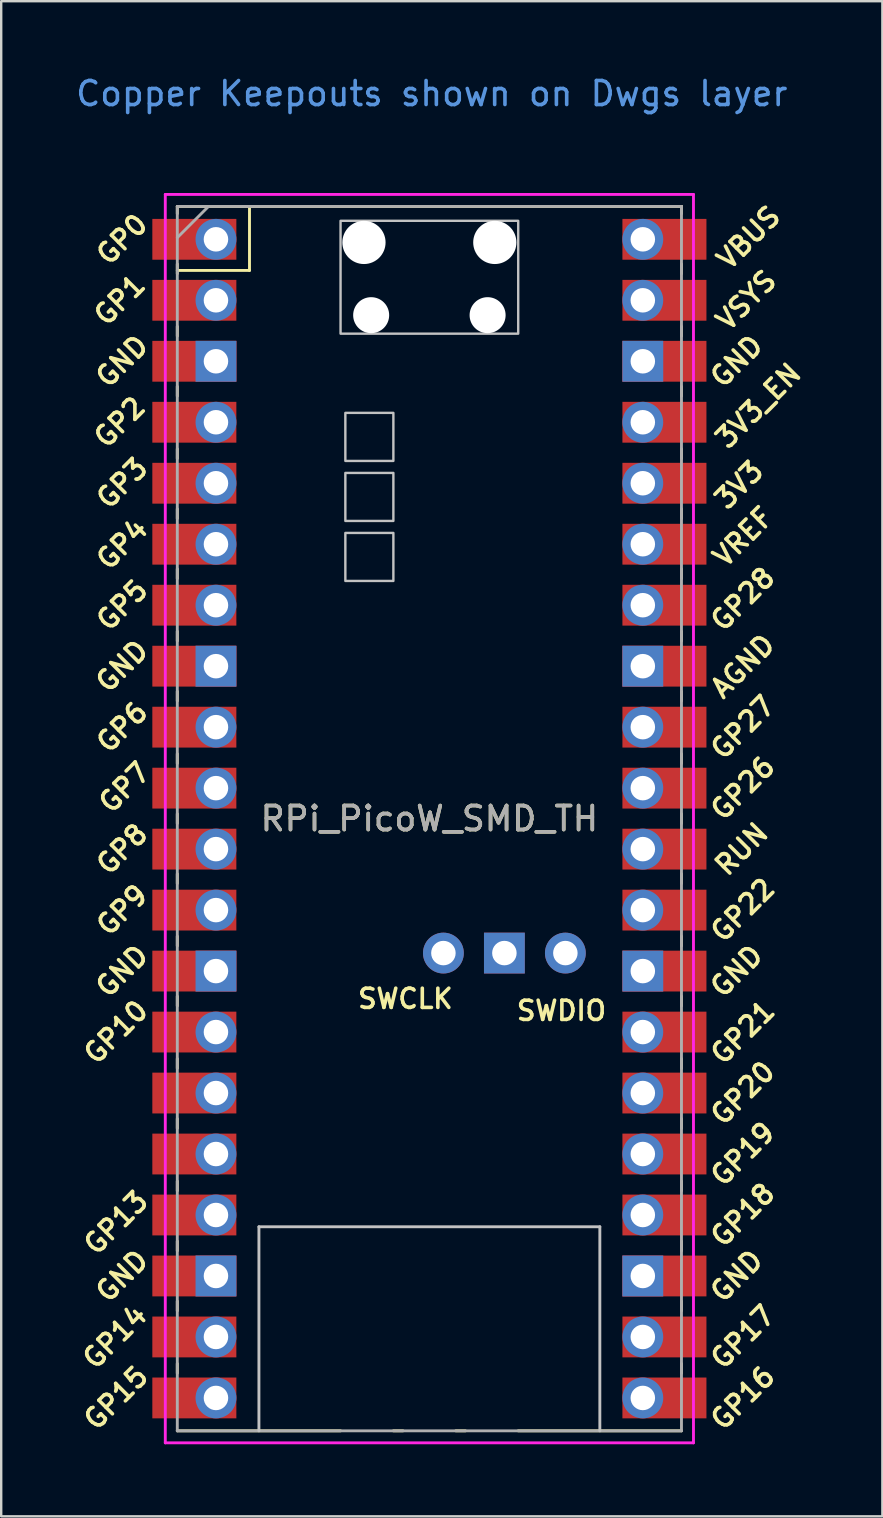
<source format=kicad_pcb>
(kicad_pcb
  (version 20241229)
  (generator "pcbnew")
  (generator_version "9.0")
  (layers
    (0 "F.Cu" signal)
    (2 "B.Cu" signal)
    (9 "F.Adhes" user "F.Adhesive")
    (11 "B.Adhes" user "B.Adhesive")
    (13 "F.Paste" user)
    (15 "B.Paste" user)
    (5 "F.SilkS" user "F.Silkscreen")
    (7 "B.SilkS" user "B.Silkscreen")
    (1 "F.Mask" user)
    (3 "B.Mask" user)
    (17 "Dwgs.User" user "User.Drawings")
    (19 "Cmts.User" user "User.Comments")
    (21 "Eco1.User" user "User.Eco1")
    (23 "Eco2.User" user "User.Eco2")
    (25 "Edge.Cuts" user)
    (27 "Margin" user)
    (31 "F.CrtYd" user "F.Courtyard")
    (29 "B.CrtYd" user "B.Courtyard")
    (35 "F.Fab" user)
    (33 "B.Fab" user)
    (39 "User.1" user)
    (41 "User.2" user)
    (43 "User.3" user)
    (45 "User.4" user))
  (footprint "RPi_PicoW_SMD_TH"
    (layer "F.Cu")
    (at 14.835 31.048)
    (property "Reference" "RPi_PicoW_SMD_TH" (at 0 0 0) (layer "F.SilkS") (effects (font (size 1 1) (thickness 0.15))))
    (attr through_hole)
    (fp_line (start -10.5 -25.5) (end -10.5 -25.2) (stroke (width 0.12) (type solid)) (layer "F.SilkS"))
    (fp_line (start -10.5 -25.5) (end 10.5 -25.5) (stroke (width 0.12) (type solid)) (layer "F.SilkS"))
    (fp_line (start -10.5 -23.1) (end -10.5 -22.7) (stroke (width 0.12) (type solid)) (layer "F.SilkS"))
    (fp_line (start -10.5 -22.833) (end -7.493 -22.833) (stroke (width 0.12) (type solid)) (layer "F.SilkS"))
    (fp_line (start -10.5 -20.5) (end -10.5 -20.1) (stroke (width 0.12) (type solid)) (layer "F.SilkS"))
    (fp_line (start -10.5 -18) (end -10.5 -17.6) (stroke (width 0.12) (type solid)) (layer "F.SilkS"))
    (fp_line (start -10.5 -15.4) (end -10.5 -15) (stroke (width 0.12) (type solid)) (layer "F.SilkS"))
    (fp_line (start -10.5 -12.9) (end -10.5 -12.5) (stroke (width 0.12) (type solid)) (layer "F.SilkS"))
    (fp_line (start -10.5 -10.4) (end -10.5 -10) (stroke (width 0.12) (type solid)) (layer "F.SilkS"))
    (fp_line (start -10.5 -7.8) (end -10.5 -7.4) (stroke (width 0.12) (type solid)) (layer "F.SilkS"))
    (fp_line (start -10.5 -5.3) (end -10.5 -4.9) (stroke (width 0.12) (type solid)) (layer "F.SilkS"))
    (fp_line (start -10.5 -2.7) (end -10.5 -2.3) (stroke (width 0.12) (type solid)) (layer "F.SilkS"))
    (fp_line (start -10.5 -0.2) (end -10.5 0.2) (stroke (width 0.12) (type solid)) (layer "F.SilkS"))
    (fp_line (start -10.5 2.3) (end -10.5 2.7) (stroke (width 0.12) (type solid)) (layer "F.SilkS"))
    (fp_line (start -10.5 4.9) (end -10.5 5.3) (stroke (width 0.12) (type solid)) (layer "F.SilkS"))
    (fp_line (start -10.5 7.4) (end -10.5 7.8) (stroke (width 0.12) (type solid)) (layer "F.SilkS"))
    (fp_line (start -10.5 10) (end -10.5 10.4) (stroke (width 0.12) (type solid)) (layer "F.SilkS"))
    (fp_line (start -10.5 12.5) (end -10.5 12.9) (stroke (width 0.12) (type solid)) (layer "F.SilkS"))
    (fp_line (start -10.5 15.1) (end -10.5 15.5) (stroke (width 0.12) (type solid)) (layer "F.SilkS"))
    (fp_line (start -10.5 17.6) (end -10.5 18) (stroke (width 0.12) (type solid)) (layer "F.SilkS"))
    (fp_line (start -10.5 20.1) (end -10.5 20.5) (stroke (width 0.12) (type solid)) (layer "F.SilkS"))
    (fp_line (start -10.5 22.7) (end -10.5 23.1) (stroke (width 0.12) (type solid)) (layer "F.SilkS"))
    (fp_line (start -7.493 -22.833) (end -7.493 -25.5) (stroke (width 0.12) (type solid)) (layer "F.SilkS"))
    (fp_line (start -3.7 25.5) (end -10.5 25.5) (stroke (width 0.12) (type solid)) (layer "F.SilkS"))
    (fp_line (start -1.5 25.5) (end -1.1 25.5) (stroke (width 0.12) (type solid)) (layer "F.SilkS"))
    (fp_line (start 1.1 25.5) (end 1.5 25.5) (stroke (width 0.12) (type solid)) (layer "F.SilkS"))
    (fp_line (start 10.5 -25.5) (end 10.5 -25.2) (stroke (width 0.12) (type solid)) (layer "F.SilkS"))
    (fp_line (start 10.5 -23.1) (end 10.5 -22.7) (stroke (width 0.12) (type solid)) (layer "F.SilkS"))
    (fp_line (start 10.5 -20.5) (end 10.5 -20.1) (stroke (width 0.12) (type solid)) (layer "F.SilkS"))
    (fp_line (start 10.5 -18) (end 10.5 -17.6) (stroke (width 0.12) (type solid)) (layer "F.SilkS"))
    (fp_line (start 10.5 -15.4) (end 10.5 -15) (stroke (width 0.12) (type solid)) (layer "F.SilkS"))
    (fp_line (start 10.5 -12.9) (end 10.5 -12.5) (stroke (width 0.12) (type solid)) (layer "F.SilkS"))
    (fp_line (start 10.5 -10.4) (end 10.5 -10) (stroke (width 0.12) (type solid)) (layer "F.SilkS"))
    (fp_line (start 10.5 -7.8) (end 10.5 -7.4) (stroke (width 0.12) (type solid)) (layer "F.SilkS"))
    (fp_line (start 10.5 -5.3) (end 10.5 -4.9) (stroke (width 0.12) (type solid)) (layer "F.SilkS"))
    (fp_line (start 10.5 -2.7) (end 10.5 -2.3) (stroke (width 0.12) (type solid)) (layer "F.SilkS"))
    (fp_line (start 10.5 -0.2) (end 10.5 0.2) (stroke (width 0.12) (type solid)) (layer "F.SilkS"))
    (fp_line (start 10.5 2.3) (end 10.5 2.7) (stroke (width 0.12) (type solid)) (layer "F.SilkS"))
    (fp_line (start 10.5 4.9) (end 10.5 5.3) (stroke (width 0.12) (type solid)) (layer "F.SilkS"))
    (fp_line (start 10.5 7.4) (end 10.5 7.8) (stroke (width 0.12) (type solid)) (layer "F.SilkS"))
    (fp_line (start 10.5 10) (end 10.5 10.4) (stroke (width 0.12) (type solid)) (layer "F.SilkS"))
    (fp_line (start 10.5 12.5) (end 10.5 12.9) (stroke (width 0.12) (type solid)) (layer "F.SilkS"))
    (fp_line (start 10.5 15.1) (end 10.5 15.5) (stroke (width 0.12) (type solid)) (layer "F.SilkS"))
    (fp_line (start 10.5 17.6) (end 10.5 18) (stroke (width 0.12) (type solid)) (layer "F.SilkS"))
    (fp_line (start 10.5 20.1) (end 10.5 20.5) (stroke (width 0.12) (type solid)) (layer "F.SilkS"))
    (fp_line (start 10.5 22.7) (end 10.5 23.1) (stroke (width 0.12) (type solid)) (layer "F.SilkS"))
    (fp_line (start 10.5 25.5) (end 3.7 25.5) (stroke (width 0.12) (type solid)) (layer "F.SilkS"))
    (fp_line (start -7.1 17) (end 7.1 17) (stroke (width 0.12) (type solid)) (layer "Dwgs.User"))
    (fp_line (start -7.1 25.5) (end -7.1 17) (stroke (width 0.12) (type solid)) (layer "Dwgs.User"))
    (fp_line (start 7.1 17) (end 7.1 25.5) (stroke (width 0.12) (type solid)) (layer "Dwgs.User"))
    (fp_poly (pts (xy -1.5 -14.9) (xy -3.5 -14.9) (xy -3.5 -16.9) (xy -1.5 -16.9)) (stroke (width 0.1) (type solid)) (fill no) (layer "Dwgs.User"))
    (fp_poly (pts (xy -1.5 -12.4) (xy -3.5 -12.4) (xy -3.5 -14.4) (xy -1.5 -14.4)) (stroke (width 0.1) (type solid)) (fill no) (layer "Dwgs.User"))
    (fp_poly (pts (xy -1.5 -9.9) (xy -3.5 -9.9) (xy -3.5 -11.9) (xy -1.5 -11.9)) (stroke (width 0.1) (type solid)) (fill no) (layer "Dwgs.User"))
    (fp_poly (pts (xy 3.7 -20.2) (xy -3.7 -20.2) (xy -3.7 -24.9) (xy 3.7 -24.9)) (stroke (width 0.1) (type solid)) (fill no) (layer "Dwgs.User"))
    (fp_line (start -11 -26) (end 11 -26) (stroke (width 0.12) (type solid)) (layer "F.CrtYd"))
    (fp_line (start -11 26) (end -11 -26) (stroke (width 0.12) (type solid)) (layer "F.CrtYd"))
    (fp_line (start 11 -26) (end 11 26) (stroke (width 0.12) (type solid)) (layer "F.CrtYd"))
    (fp_line (start 11 26) (end -11 26) (stroke (width 0.12) (type solid)) (layer "F.CrtYd"))
    (fp_line (start -10.5 -25.5) (end 10.5 -25.5) (stroke (width 0.12) (type solid)) (layer "F.Fab"))
    (fp_line (start -10.5 -24.2) (end -9.2 -25.5) (stroke (width 0.12) (type solid)) (layer "F.Fab"))
    (fp_line (start -10.5 25.5) (end -10.5 -25.5) (stroke (width 0.12) (type solid)) (layer "F.Fab"))
    (fp_line (start 10.5 -25.5) (end 10.5 25.5) (stroke (width 0.12) (type solid)) (layer "F.Fab"))
    (fp_line (start 10.5 25.5) (end -10.5 25.5) (stroke (width 0.12) (type solid)) (layer "F.Fab"))
    (fp_text user "GP18" (at 13.054 16.51 45) (layer "F.SilkS") (effects (font (size 0.8 0.8) (thickness 0.15))))
    (fp_text user "SWCLK" (at -1 7.5 0) (layer "F.SilkS") (effects (font (size 0.8 0.8) (thickness 0.15))))
    (fp_text user "GND" (at -12.8 -19.05 45) (layer "F.SilkS") (effects (font (size 0.8 0.8) (thickness 0.15))))
    (fp_text user "GP10" (at -13.054 8.89 45) (layer "F.SilkS") (effects (font (size 0.8 0.8) (thickness 0.15))))
    (fp_text user "GP6" (at -12.8 -3.81 45) (layer "F.SilkS") (effects (font (size 0.8 0.8) (thickness 0.15))))
    (fp_text user "RUN" (at 13 1.27 45) (layer "F.SilkS") (effects (font (size 0.8 0.8) (thickness 0.15))))
    (fp_text user "GND" (at 12.8 6.35 45) (layer "F.SilkS") (effects (font (size 0.8 0.8) (thickness 0.15))))
    (fp_text user "GP26" (at 13.054 -1.27 45) (layer "F.SilkS") (effects (font (size 0.8 0.8) (thickness 0.15))))
    (fp_text user "GP4" (at -12.8 -11.43 45) (layer "F.SilkS") (effects (font (size 0.8 0.8) (thickness 0.15))))
    (fp_text user "GP21" (at 13.054 8.9 45) (layer "F.SilkS") (effects (font (size 0.8 0.8) (thickness 0.15))))
    (fp_text user "GP15" (at -13.054 24.13 45) (layer "F.SilkS") (effects (font (size 0.8 0.8) (thickness 0.15))))
    (fp_text user "GP13" (at -13.054 16.832 45) (layer "F.SilkS") (effects (font (size 0.8 0.8) (thickness 0.15))))
    (fp_text user "AGND" (at 13.054 -6.35 45) (layer "F.SilkS") (effects (font (size 0.8 0.8) (thickness 0.15))))
    (fp_text user "GP0" (at -12.8 -24.13 45) (layer "F.SilkS") (effects (font (size 0.8 0.8) (thickness 0.15))))
    (fp_text user "GP8" (at -12.8 1.27 45) (layer "F.SilkS") (effects (font (size 0.8 0.8) (thickness 0.15))))
    (fp_text user "SWDIO" (at 5.5 8 0) (layer "F.SilkS") (effects (font (size 0.8 0.8) (thickness 0.15))))
    (fp_text user "GP28" (at 13.054 -9.144 45) (layer "F.SilkS") (effects (font (size 0.8 0.8) (thickness 0.15))))
    (fp_text user "3V3_EN" (at 13.7 -17.2 45) (layer "F.SilkS") (effects (font (size 0.8 0.8) (thickness 0.15))))
    (fp_text user "GND" (at -12.8 6.35 45) (layer "F.SilkS") (effects (font (size 0.8 0.8) (thickness 0.15))))
    (fp_text user "GP2" (at -12.9 -16.51 45) (layer "F.SilkS") (effects (font (size 0.8 0.8) (thickness 0.15))))
    (fp_text user "VBUS" (at 13.3 -24.2 45) (layer "F.SilkS") (effects (font (size 0.8 0.8) (thickness 0.15))))
    (fp_text user "GND" (at -12.8 -6.35 45) (layer "F.SilkS") (effects (font (size 0.8 0.8) (thickness 0.15))))
    (fp_text user "GND" (at 12.8 -19.05 45) (layer "F.SilkS") (effects (font (size 0.8 0.8) (thickness 0.15))))
    (fp_text user "GND" (at -12.8 19.05 45) (layer "F.SilkS") (effects (font (size 0.8 0.8) (thickness 0.15))))
    (fp_text user "VSYS" (at 13.2 -21.59 45) (layer "F.SilkS") (effects (font (size 0.8 0.8) (thickness 0.15))))
    (fp_text user "GP14" (at -13.1 21.59 45) (layer "F.SilkS") (effects (font (size 0.8 0.8) (thickness 0.15))))
    (fp_text user "3V3" (at 12.9 -13.9 45) (layer "F.SilkS") (effects (font (size 0.8 0.8) (thickness 0.15))))
    (fp_text user "GP5" (at -12.8 -8.89 45) (layer "F.SilkS") (effects (font (size 0.8 0.8) (thickness 0.15))))
    (fp_text user "GND" (at 12.8 19.05 45) (layer "F.SilkS") (effects (font (size 0.8 0.8) (thickness 0.15))))
    (fp_text user "GP20" (at 13.054 11.43 45) (layer "F.SilkS") (effects (font (size 0.8 0.8) (thickness 0.15))))
    (fp_text user "GP9" (at -12.8 3.81 45) (layer "F.SilkS") (effects (font (size 0.8 0.8) (thickness 0.15))))
    (fp_text user "VREF" (at 13.068 -11.742 45) (layer "F.SilkS") (effects (font (size 0.8 0.8) (thickness 0.15))))
    (fp_text user "GP7" (at -12.7 -1.3 45) (layer "F.SilkS") (effects (font (size 0.8 0.8) (thickness 0.15))))
    (fp_text user "GP19" (at 13.054 13.97 45) (layer "F.SilkS") (effects (font (size 0.8 0.8) (thickness 0.15))))
    (fp_text user "GP1" (at -12.9 -21.6 45) (layer "F.SilkS") (effects (font (size 0.8 0.8) (thickness 0.15))))
    (fp_text user "GP3" (at -12.8 -13.97 45) (layer "F.SilkS") (effects (font (size 0.8 0.8) (thickness 0.15))))
    (fp_text user "GP22" (at 13.054 3.81 45) (layer "F.SilkS") (effects (font (size 0.8 0.8) (thickness 0.15))))
    (fp_text user "GP17" (at 13.054 21.59 45) (layer "F.SilkS") (effects (font (size 0.8 0.8) (thickness 0.15))))
    (fp_text user "GP16" (at 13.054 24.13 45) (layer "F.SilkS") (effects (font (size 0.8 0.8) (thickness 0.15))))
    (fp_text user "GP27" (at 13.054 -3.8 45) (layer "F.SilkS") (effects (font (size 0.8 0.8) (thickness 0.15))))
    (fp_text user "Copper Keepouts shown on Dwgs layer" (at 0.1 -30.2 0) (layer "Cmts.User") (effects (font (size 1 1) (thickness 0.15))))
    (fp_text user "${REFERENCE}" (at 0 0 180) (layer "F.Fab") (effects (font (size 1 1) (thickness 0.15))))
    (pad "" np_thru_hole oval (at -2.725 -24) (size 1.8 1.8) (drill 1.8) (layers "*.Cu" "*.Mask"))
    (pad "" np_thru_hole oval (at -2.425 -20.97) (size 1.5 1.5) (drill 1.5) (layers "*.Cu" "*.Mask"))
    (pad "" np_thru_hole oval (at 2.425 -20.97) (size 1.5 1.5) (drill 1.5) (layers "*.Cu" "*.Mask"))
    (pad "" np_thru_hole oval (at 2.725 -24) (size 1.8 1.8) (drill 1.8) (layers "*.Cu" "*.Mask"))
    (pad "1" thru_hole oval (at -8.89 -24.13) (size 1.7 1.7) (drill 1.02) (layers "*.Cu" "*.Mask"))
    (pad "1" smd rect (at -8.89 -24.13) (size 3.5 1.7) (drill (offset -0.9 0)) (layers "F.Cu" "F.Mask"))
    (pad "2" thru_hole oval (at -8.89 -21.59) (size 1.7 1.7) (drill 1.02) (layers "*.Cu" "*.Mask"))
    (pad "2" smd rect (at -8.89 -21.59) (size 3.5 1.7) (drill (offset -0.9 0)) (layers "F.Cu" "F.Mask"))
    (pad "3" thru_hole rect (at -8.89 -19.05) (size 1.7 1.7) (drill 1.02) (layers "*.Cu" "*.Mask"))
    (pad "3" smd rect (at -8.89 -19.05) (size 3.5 1.7) (drill (offset -0.9 0)) (layers "F.Cu" "F.Mask"))
    (pad "4" thru_hole oval (at -8.89 -16.51) (size 1.7 1.7) (drill 1.02) (layers "*.Cu" "*.Mask"))
    (pad "4" smd rect (at -8.89 -16.51) (size 3.5 1.7) (drill (offset -0.9 0)) (layers "F.Cu" "F.Mask"))
    (pad "5" thru_hole oval (at -8.89 -13.97) (size 1.7 1.7) (drill 1.02) (layers "*.Cu" "*.Mask"))
    (pad "5" smd rect (at -8.89 -13.97) (size 3.5 1.7) (drill (offset -0.9 0)) (layers "F.Cu" "F.Mask"))
    (pad "6" thru_hole oval (at -8.89 -11.43) (size 1.7 1.7) (drill 1.02) (layers "*.Cu" "*.Mask"))
    (pad "6" smd rect (at -8.89 -11.43) (size 3.5 1.7) (drill (offset -0.9 0)) (layers "F.Cu" "F.Mask"))
    (pad "7" thru_hole oval (at -8.89 -8.89) (size 1.7 1.7) (drill 1.02) (layers "*.Cu" "*.Mask"))
    (pad "7" smd rect (at -8.89 -8.89) (size 3.5 1.7) (drill (offset -0.9 0)) (layers "F.Cu" "F.Mask"))
    (pad "8" thru_hole rect (at -8.89 -6.35) (size 1.7 1.7) (drill 1.02) (layers "*.Cu" "*.Mask"))
    (pad "8" smd rect (at -8.89 -6.35) (size 3.5 1.7) (drill (offset -0.9 0)) (layers "F.Cu" "F.Mask"))
    (pad "9" thru_hole oval (at -8.89 -3.81) (size 1.7 1.7) (drill 1.02) (layers "*.Cu" "*.Mask"))
    (pad "9" smd rect (at -8.89 -3.81) (size 3.5 1.7) (drill (offset -0.9 0)) (layers "F.Cu" "F.Mask"))
    (pad "10" thru_hole oval (at -8.89 -1.27) (size 1.7 1.7) (drill 1.02) (layers "*.Cu" "*.Mask"))
    (pad "10" smd rect (at -8.89 -1.27) (size 3.5 1.7) (drill (offset -0.9 0)) (layers "F.Cu" "F.Mask"))
    (pad "11" thru_hole oval (at -8.89 1.27) (size 1.7 1.7) (drill 1.02) (layers "*.Cu" "*.Mask"))
    (pad "11" smd rect (at -8.89 1.27) (size 3.5 1.7) (drill (offset -0.9 0)) (layers "F.Cu" "F.Mask"))
    (pad "12" thru_hole oval (at -8.89 3.81) (size 1.7 1.7) (drill 1.02) (layers "*.Cu" "*.Mask"))
    (pad "12" smd rect (at -8.89 3.81) (size 3.5 1.7) (drill (offset -0.9 0)) (layers "F.Cu" "F.Mask"))
    (pad "13" thru_hole rect (at -8.89 6.35) (size 1.7 1.7) (drill 1.02) (layers "*.Cu" "*.Mask"))
    (pad "13" smd rect (at -8.89 6.35) (size 3.5 1.7) (drill (offset -0.9 0)) (layers "F.Cu" "F.Mask"))
    (pad "14" thru_hole oval (at -8.89 8.89) (size 1.7 1.7) (drill 1.02) (layers "*.Cu" "*.Mask"))
    (pad "14" smd rect (at -8.89 8.89) (size 3.5 1.7) (drill (offset -0.9 0)) (layers "F.Cu" "F.Mask"))
    (pad "15" thru_hole oval (at -8.89 11.43) (size 1.7 1.7) (drill 1.02) (layers "*.Cu" "*.Mask"))
    (pad "15" smd rect (at -8.89 11.43) (size 3.5 1.7) (drill (offset -0.9 0)) (layers "F.Cu" "F.Mask"))
    (pad "16" thru_hole oval (at -8.89 13.97) (size 1.7 1.7) (drill 1.02) (layers "*.Cu" "*.Mask"))
    (pad "16" smd rect (at -8.89 13.97) (size 3.5 1.7) (drill (offset -0.9 0)) (layers "F.Cu" "F.Mask"))
    (pad "17" thru_hole oval (at -8.89 16.51) (size 1.7 1.7) (drill 1.02) (layers "*.Cu" "*.Mask"))
    (pad "17" smd rect (at -8.89 16.51) (size 3.5 1.7) (drill (offset -0.9 0)) (layers "F.Cu" "F.Mask"))
    (pad "18" thru_hole rect (at -8.89 19.05) (size 1.7 1.7) (drill 1.02) (layers "*.Cu" "*.Mask"))
    (pad "18" smd rect (at -8.89 19.05) (size 3.5 1.7) (drill (offset -0.9 0)) (layers "F.Cu" "F.Mask"))
    (pad "19" thru_hole oval (at -8.89 21.59) (size 1.7 1.7) (drill 1.02) (layers "*.Cu" "*.Mask"))
    (pad "19" smd rect (at -8.89 21.59) (size 3.5 1.7) (drill (offset -0.9 0)) (layers "F.Cu" "F.Mask"))
    (pad "20" thru_hole oval (at -8.89 24.13) (size 1.7 1.7) (drill 1.02) (layers "*.Cu" "*.Mask"))
    (pad "20" smd rect (at -8.89 24.13) (size 3.5 1.7) (drill (offset -0.9 0)) (layers "F.Cu" "F.Mask"))
    (pad "21" thru_hole oval (at 8.89 24.13) (size 1.7 1.7) (drill 1.02) (layers "*.Cu" "*.Mask"))
    (pad "21" smd rect (at 8.89 24.13) (size 3.5 1.7) (drill (offset 0.9 0)) (layers "F.Cu" "F.Mask"))
    (pad "22" thru_hole oval (at 8.89 21.59) (size 1.7 1.7) (drill 1.02) (layers "*.Cu" "*.Mask"))
    (pad "22" smd rect (at 8.89 21.59) (size 3.5 1.7) (drill (offset 0.9 0)) (layers "F.Cu" "F.Mask"))
    (pad "23" thru_hole rect (at 8.89 19.05) (size 1.7 1.7) (drill 1.02) (layers "*.Cu" "*.Mask"))
    (pad "23" smd rect (at 8.89 19.05) (size 3.5 1.7) (drill (offset 0.9 0)) (layers "F.Cu" "F.Mask"))
    (pad "24" thru_hole oval (at 8.89 16.51) (size 1.7 1.7) (drill 1.02) (layers "*.Cu" "*.Mask"))
    (pad "24" smd rect (at 8.89 16.51) (size 3.5 1.7) (drill (offset 0.9 0)) (layers "F.Cu" "F.Mask"))
    (pad "25" thru_hole oval (at 8.89 13.97) (size 1.7 1.7) (drill 1.02) (layers "*.Cu" "*.Mask"))
    (pad "25" smd rect (at 8.89 13.97) (size 3.5 1.7) (drill (offset 0.9 0)) (layers "F.Cu" "F.Mask"))
    (pad "26" thru_hole oval (at 8.89 11.43) (size 1.7 1.7) (drill 1.02) (layers "*.Cu" "*.Mask"))
    (pad "26" smd rect (at 8.89 11.43) (size 3.5 1.7) (drill (offset 0.9 0)) (layers "F.Cu" "F.Mask"))
    (pad "27" thru_hole oval (at 8.89 8.89) (size 1.7 1.7) (drill 1.02) (layers "*.Cu" "*.Mask"))
    (pad "27" smd rect (at 8.89 8.89) (size 3.5 1.7) (drill (offset 0.9 0)) (layers "F.Cu" "F.Mask"))
    (pad "28" thru_hole rect (at 8.89 6.35) (size 1.7 1.7) (drill 1.02) (layers "*.Cu" "*.Mask"))
    (pad "28" smd rect (at 8.89 6.35) (size 3.5 1.7) (drill (offset 0.9 0)) (layers "F.Cu" "F.Mask"))
    (pad "29" thru_hole oval (at 8.89 3.81) (size 1.7 1.7) (drill 1.02) (layers "*.Cu" "*.Mask"))
    (pad "29" smd rect (at 8.89 3.81) (size 3.5 1.7) (drill (offset 0.9 0)) (layers "F.Cu" "F.Mask"))
    (pad "30" thru_hole oval (at 8.89 1.27) (size 1.7 1.7) (drill 1.02) (layers "*.Cu" "*.Mask"))
    (pad "30" smd rect (at 8.89 1.27) (size 3.5 1.7) (drill (offset 0.9 0)) (layers "F.Cu" "F.Mask"))
    (pad "31" thru_hole oval (at 8.89 -1.27) (size 1.7 1.7) (drill 1.02) (layers "*.Cu" "*.Mask"))
    (pad "31" smd rect (at 8.89 -1.27) (size 3.5 1.7) (drill (offset 0.9 0)) (layers "F.Cu" "F.Mask"))
    (pad "32" thru_hole oval (at 8.89 -3.81) (size 1.7 1.7) (drill 1.02) (layers "*.Cu" "*.Mask"))
    (pad "32" smd rect (at 8.89 -3.81) (size 3.5 1.7) (drill (offset 0.9 0)) (layers "F.Cu" "F.Mask"))
    (pad "33" thru_hole rect (at 8.89 -6.35) (size 1.7 1.7) (drill 1.02) (layers "*.Cu" "*.Mask"))
    (pad "33" smd rect (at 8.89 -6.35) (size 3.5 1.7) (drill (offset 0.9 0)) (layers "F.Cu" "F.Mask"))
    (pad "34" thru_hole oval (at 8.89 -8.89) (size 1.7 1.7) (drill 1.02) (layers "*.Cu" "*.Mask"))
    (pad "34" smd rect (at 8.89 -8.89) (size 3.5 1.7) (drill (offset 0.9 0)) (layers "F.Cu" "F.Mask"))
    (pad "35" thru_hole oval (at 8.89 -11.43) (size 1.7 1.7) (drill 1.02) (layers "*.Cu" "*.Mask"))
    (pad "35" smd rect (at 8.89 -11.43) (size 3.5 1.7) (drill (offset 0.9 0)) (layers "F.Cu" "F.Mask"))
    (pad "36" thru_hole oval (at 8.89 -13.97) (size 1.7 1.7) (drill 1.02) (layers "*.Cu" "*.Mask"))
    (pad "36" smd rect (at 8.89 -13.97) (size 3.5 1.7) (drill (offset 0.9 0)) (layers "F.Cu" "F.Mask"))
    (pad "37" thru_hole oval (at 8.89 -16.51) (size 1.7 1.7) (drill 1.02) (layers "*.Cu" "*.Mask"))
    (pad "37" smd rect (at 8.89 -16.51) (size 3.5 1.7) (drill (offset 0.9 0)) (layers "F.Cu" "F.Mask"))
    (pad "38" thru_hole rect (at 8.89 -19.05) (size 1.7 1.7) (drill 1.02) (layers "*.Cu" "*.Mask"))
    (pad "38" smd rect (at 8.89 -19.05) (size 3.5 1.7) (drill (offset 0.9 0)) (layers "F.Cu" "F.Mask"))
    (pad "39" thru_hole oval (at 8.89 -21.59) (size 1.7 1.7) (drill 1.02) (layers "*.Cu" "*.Mask"))
    (pad "39" smd rect (at 8.89 -21.59) (size 3.5 1.7) (drill (offset 0.9 0)) (layers "F.Cu" "F.Mask"))
    (pad "40" thru_hole oval (at 8.89 -24.13) (size 1.7 1.7) (drill 1.02) (layers "*.Cu" "*.Mask"))
    (pad "40" smd rect (at 8.89 -24.13) (size 3.5 1.7) (drill (offset 0.9 0)) (layers "F.Cu" "F.Mask"))
    (pad "41" thru_hole oval (at 0.584 5.6) (size 1.7 1.7) (drill 1.02) (layers "*.Cu" "*.Mask"))
    (pad "42" thru_hole rect (at 3.124 5.6) (size 1.7 1.7) (drill 1.02) (layers "*.Cu" "*.Mask"))
    (pad "43" thru_hole oval (at 5.664 5.6) (size 1.7 1.7) (drill 1.02) (layers "*.Cu" "*.Mask")))
  (gr_rect
    (start -3 -3)
    (end 33.703 60.108)
    (stroke (width 0.1) (type default))
    (fill no)
    (layer "Edge.Cuts")))
</source>
